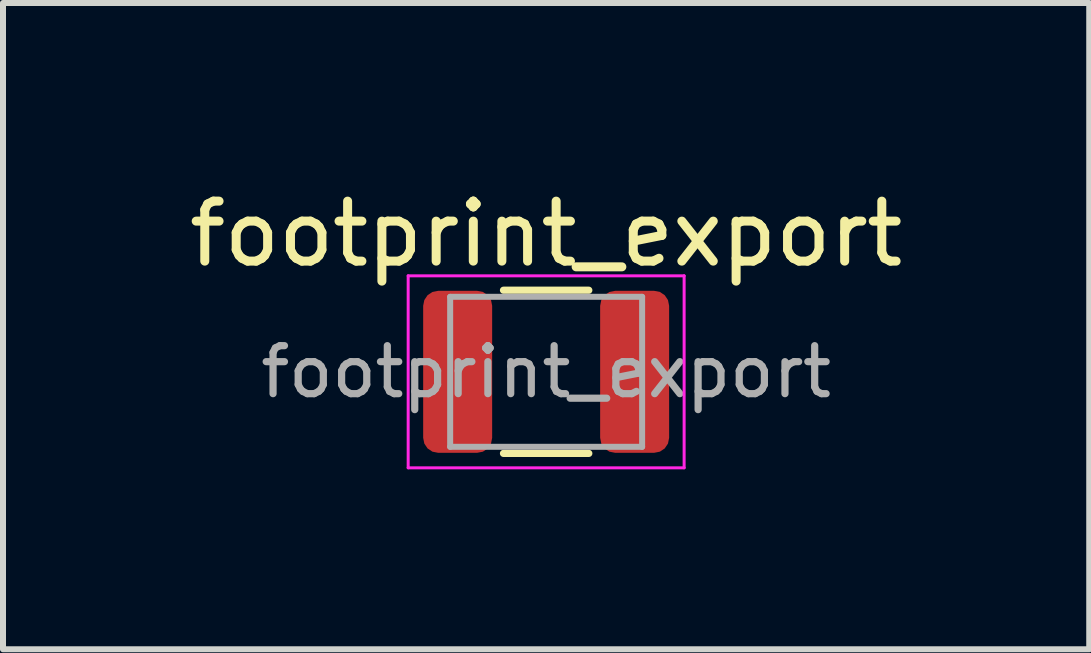
<source format=kicad_pcb>
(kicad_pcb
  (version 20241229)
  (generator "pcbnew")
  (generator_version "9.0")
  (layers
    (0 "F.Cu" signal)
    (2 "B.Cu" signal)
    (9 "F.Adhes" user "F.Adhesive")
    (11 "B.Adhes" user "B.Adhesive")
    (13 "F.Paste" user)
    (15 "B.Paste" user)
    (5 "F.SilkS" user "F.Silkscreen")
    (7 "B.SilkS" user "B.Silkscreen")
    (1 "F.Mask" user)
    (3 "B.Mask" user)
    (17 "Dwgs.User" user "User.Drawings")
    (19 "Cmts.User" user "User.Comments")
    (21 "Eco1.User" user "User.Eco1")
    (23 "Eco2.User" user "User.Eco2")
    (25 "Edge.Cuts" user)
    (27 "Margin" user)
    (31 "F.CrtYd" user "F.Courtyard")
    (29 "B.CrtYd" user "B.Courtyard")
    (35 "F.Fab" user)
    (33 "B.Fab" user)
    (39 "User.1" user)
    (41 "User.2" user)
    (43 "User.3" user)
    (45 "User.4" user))
  (footprint "footprint_export"
    (layer "F.Cu")
    (at 6.054 3.148)
    (property "Reference" "footprint_export" (at 0 -2.3 0) (layer "F.SilkS") (effects (font (size 1 1) (thickness 0.15))))
    (attr smd)
    (fp_line (start -0.711 -1.36) (end 0.711 -1.36) (stroke (width 0.12) (type solid)) (layer "F.SilkS"))
    (fp_line (start -0.711 1.36) (end 0.711 1.36) (stroke (width 0.12) (type solid)) (layer "F.SilkS"))
    (fp_line (start -2.3 -1.6) (end 2.3 -1.6) (stroke (width 0.05) (type solid)) (layer "F.CrtYd"))
    (fp_line (start -2.3 1.6) (end -2.3 -1.6) (stroke (width 0.05) (type solid)) (layer "F.CrtYd"))
    (fp_line (start 2.3 -1.6) (end 2.3 1.6) (stroke (width 0.05) (type solid)) (layer "F.CrtYd"))
    (fp_line (start 2.3 1.6) (end -2.3 1.6) (stroke (width 0.05) (type solid)) (layer "F.CrtYd"))
    (fp_line (start -1.6 -1.25) (end 1.6 -1.25) (stroke (width 0.1) (type solid)) (layer "F.Fab"))
    (fp_line (start -1.6 1.25) (end -1.6 -1.25) (stroke (width 0.1) (type solid)) (layer "F.Fab"))
    (fp_line (start 1.6 -1.25) (end 1.6 1.25) (stroke (width 0.1) (type solid)) (layer "F.Fab"))
    (fp_line (start 1.6 1.25) (end -1.6 1.25) (stroke (width 0.1) (type solid)) (layer "F.Fab"))
    (fp_text user "${REFERENCE}" (at 0 0 0) (layer "F.Fab") (effects (font (size 0.8 0.8) (thickness 0.12))))
    (pad "1" smd roundrect (at -1.475 0) (size 1.15 2.7) (layers "F.Cu" "F.Mask" "F.Paste") (roundrect_rratio 0.217))
    (pad "2" smd roundrect (at 1.475 0) (size 1.15 2.7) (layers "F.Cu" "F.Mask" "F.Paste") (roundrect_rratio 0.217)))
  (gr_rect
    (start -3 -3)
    (end 15.107 7.773)
    (stroke (width 0.1) (type default))
    (fill no)
    (layer "Edge.Cuts")))
</source>
